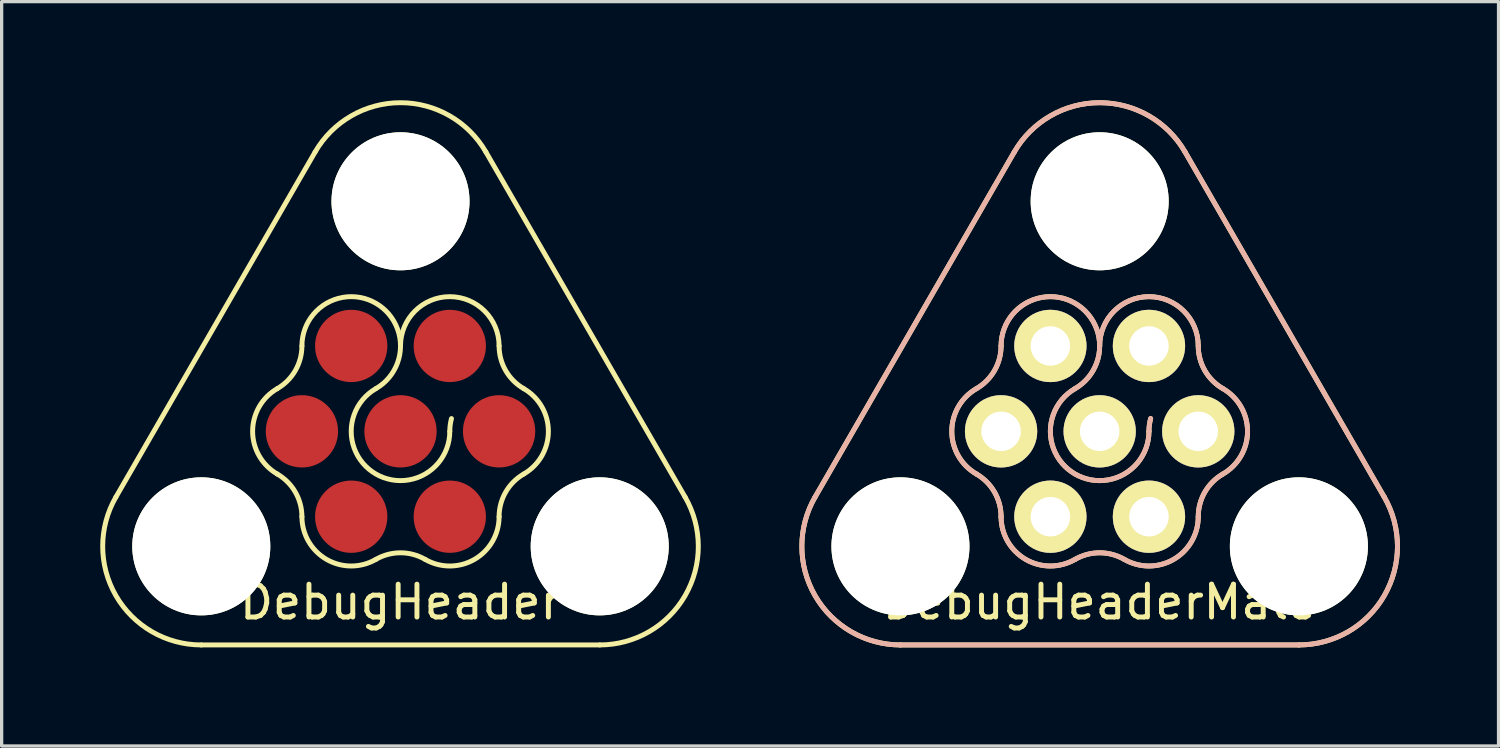
<source format=kicad_pcb>
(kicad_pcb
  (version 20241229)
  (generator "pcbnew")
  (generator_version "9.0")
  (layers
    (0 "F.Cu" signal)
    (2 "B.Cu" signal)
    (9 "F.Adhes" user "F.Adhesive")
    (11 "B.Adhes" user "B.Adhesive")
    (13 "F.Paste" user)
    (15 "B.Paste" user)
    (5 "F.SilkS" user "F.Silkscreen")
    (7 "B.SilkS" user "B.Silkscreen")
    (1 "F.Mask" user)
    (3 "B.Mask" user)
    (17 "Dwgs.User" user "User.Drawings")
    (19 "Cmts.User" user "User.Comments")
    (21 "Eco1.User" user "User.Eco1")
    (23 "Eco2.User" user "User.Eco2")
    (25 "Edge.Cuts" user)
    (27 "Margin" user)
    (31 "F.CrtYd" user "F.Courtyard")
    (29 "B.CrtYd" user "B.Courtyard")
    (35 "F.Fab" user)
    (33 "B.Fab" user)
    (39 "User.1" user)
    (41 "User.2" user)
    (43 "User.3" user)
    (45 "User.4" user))
  (footprint "DebugHeader"
    (layer "F.Cu")
    (at 9.137 10.075)
    (property "Reference" "DebugHeader" (at 0 5.196 0) (layer "F.SilkS") (effects (font (size 1 1) (thickness 0.15))))
    (attr through_hole)
    (fp_line (start -8.66 2) (end -2.598 -8.5) (stroke (width 0.15) (type solid)) (layer "F.SilkS"))
    (fp_line (start 2.598 -8.5) (end 8.66 2) (stroke (width 0.15) (type solid)) (layer "F.SilkS"))
    (fp_line (start 6.062 6.5) (end -6.062 6.5) (stroke (width 0.15) (type solid)) (layer "F.SilkS"))
    (fp_arc (start -6.062178 6.5) (mid -8.660254 5) (end -8.660254 2) (stroke (width 0.15) (type solid)) (layer "F.SilkS"))
    (fp_arc (start -3.75 1.299038) (mid -4.5 0) (end -3.75 -1.299038) (stroke (width 0.15) (type solid)) (layer "F.SilkS"))
    (fp_arc (start -3.75 1.299038) (mid -3.200962 1.848076) (end -3 2.598076) (stroke (width 0.15) (type solid)) (layer "F.SilkS"))
    (fp_arc (start -3 -2.598076) (mid -3.200962 -1.848076) (end -3.75 -1.299038) (stroke (width 0.15) (type solid)) (layer "F.SilkS"))
    (fp_arc (start -3 -2.598076) (mid -0.75 -3.897114) (end -0.75 -1.299038) (stroke (width 0.15) (type solid)) (layer "F.SilkS"))
    (fp_arc (start -2.598076 -8.5) (mid 0 -10) (end 2.598076 -8.5) (stroke (width 0.15) (type solid)) (layer "F.SilkS"))
    (fp_arc (start -0.75 3.897114) (mid -2.25 3.897114) (end -3 2.598076) (stroke (width 0.15) (type solid)) (layer "F.SilkS"))
    (fp_arc (start -0.75 3.897114) (mid 0 3.696152) (end 0.75 3.897114) (stroke (width 0.15) (type solid)) (layer "F.SilkS"))
    (fp_arc (start 0 -2.598076) (mid 1.5 -4.098076) (end 3 -2.598076) (stroke (width 0.15) (type solid)) (layer "F.SilkS"))
    (fp_arc (start 1.5 0) (mid -0.75 1.299038) (end -0.75 -1.299038) (stroke (width 0.15) (type solid)) (layer "F.SilkS"))
    (fp_arc (start 1.5 0) (mid 1.512833 -0.195789) (end 1.551111 -0.388229) (stroke (width 0.15) (type solid)) (layer "F.SilkS"))
    (fp_arc (start 3 2.598076) (mid 2.25 3.897114) (end 0.75 3.897114) (stroke (width 0.15) (type solid)) (layer "F.SilkS"))
    (fp_arc (start 3 2.598076) (mid 3.200962 1.848076) (end 3.75 1.299038) (stroke (width 0.15) (type solid)) (layer "F.SilkS"))
    (fp_arc (start 3.75 -1.299038) (mid 3.200962 -1.848076) (end 3 -2.598076) (stroke (width 0.15) (type solid)) (layer "F.SilkS"))
    (fp_arc (start 3.75 -1.299038) (mid 4.5 0) (end 3.75 1.299038) (stroke (width 0.15) (type solid)) (layer "F.SilkS"))
    (fp_arc (start 8.660254 2) (mid 8.660254 5) (end 6.062178 6.5) (stroke (width 0.15) (type solid)) (layer "F.SilkS"))
    (pad "" np_thru_hole circle (at -6.062 3.5) (size 4.2 4.2) (drill 4.2) (layers "*.Cu" "*.Mask" "F.SilkS"))
    (pad "" np_thru_hole circle (at 0 -7) (size 4.2 4.2) (drill 4.2) (layers "*.Cu" "*.Mask" "F.SilkS"))
    (pad "" np_thru_hole circle (at 6.062 3.5) (size 4.2 4.2) (drill 4.2) (layers "*.Cu" "*.Mask" "F.SilkS"))
    (pad "1" smd circle (at 0 0) (size 2.2 2.2) (layers "F.Cu" "F.Mask" "F.Paste"))
    (pad "2" smd circle (at 1.5 -2.598) (size 2.2 2.2) (layers "F.Cu" "F.Mask" "F.Paste"))
    (pad "3" smd circle (at 3 0) (size 2.2 2.2) (layers "F.Cu" "F.Mask" "F.Paste"))
    (pad "4" smd circle (at 1.5 2.598) (size 2.2 2.2) (layers "F.Cu" "F.Mask" "F.Paste"))
    (pad "5" smd circle (at -1.5 2.598) (size 2.2 2.2) (layers "F.Cu" "F.Mask" "F.Paste"))
    (pad "6" smd circle (at -3 0) (size 2.2 2.2) (layers "F.Cu" "F.Mask" "F.Paste"))
    (pad "7" smd circle (at -1.5 -2.598) (size 2.2 2.2) (layers "F.Cu" "F.Mask" "F.Paste")))
  (footprint "DebugHeaderMale"
    (layer "F.Cu")
    (at 30.412 10.075)
    (property "Reference" "DebugHeaderMale" (at 0 5.196 0) (layer "F.SilkS") (effects (font (size 1 1) (thickness 0.15))))
    (attr through_hole)
    (fp_line (start -8.66 2) (end -2.598 -8.5) (stroke (width 0.15) (type solid)) (layer "F.SilkS"))
    (fp_line (start 2.598 -8.5) (end 8.66 2) (stroke (width 0.15) (type solid)) (layer "F.SilkS"))
    (fp_line (start 6.062 6.5) (end -6.062 6.5) (stroke (width 0.15) (type solid)) (layer "F.SilkS"))
    (fp_arc (start -6.062178 6.5) (mid -8.660254 5) (end -8.660254 2) (stroke (width 0.15) (type solid)) (layer "F.SilkS"))
    (fp_arc (start -3.75 1.299038) (mid -4.5 0) (end -3.75 -1.299038) (stroke (width 0.15) (type solid)) (layer "F.SilkS"))
    (fp_arc (start -3.75 1.299038) (mid -3.200962 1.848076) (end -3 2.598076) (stroke (width 0.15) (type solid)) (layer "F.SilkS"))
    (fp_arc (start -3 -2.598076) (mid -3.200962 -1.848076) (end -3.75 -1.299038) (stroke (width 0.15) (type solid)) (layer "F.SilkS"))
    (fp_arc (start -3 -2.598076) (mid -0.75 -3.897114) (end -0.75 -1.299038) (stroke (width 0.15) (type solid)) (layer "F.SilkS"))
    (fp_arc (start -2.598076 -8.5) (mid 0 -10) (end 2.598076 -8.5) (stroke (width 0.15) (type solid)) (layer "F.SilkS"))
    (fp_arc (start -0.75 3.897114) (mid -2.25 3.897114) (end -3 2.598076) (stroke (width 0.15) (type solid)) (layer "F.SilkS"))
    (fp_arc (start -0.75 3.897114) (mid 0 3.696152) (end 0.75 3.897114) (stroke (width 0.15) (type solid)) (layer "F.SilkS"))
    (fp_arc (start 0 -2.598076) (mid 1.5 -4.098076) (end 3 -2.598076) (stroke (width 0.15) (type solid)) (layer "F.SilkS"))
    (fp_arc (start 1.5 0) (mid -0.75 1.299038) (end -0.75 -1.299038) (stroke (width 0.15) (type solid)) (layer "F.SilkS"))
    (fp_arc (start 1.5 0) (mid 1.512833 -0.195789) (end 1.551111 -0.388229) (stroke (width 0.15) (type solid)) (layer "F.SilkS"))
    (fp_arc (start 3 2.598076) (mid 2.25 3.897114) (end 0.75 3.897114) (stroke (width 0.15) (type solid)) (layer "F.SilkS"))
    (fp_arc (start 3 2.598076) (mid 3.200962 1.848076) (end 3.75 1.299038) (stroke (width 0.15) (type solid)) (layer "F.SilkS"))
    (fp_arc (start 3.75 -1.299038) (mid 3.200962 -1.848076) (end 3 -2.598076) (stroke (width 0.15) (type solid)) (layer "F.SilkS"))
    (fp_arc (start 3.75 -1.299038) (mid 4.5 0) (end 3.75 1.299038) (stroke (width 0.15) (type solid)) (layer "F.SilkS"))
    (fp_arc (start 8.660254 2) (mid 8.660254 5) (end 6.062178 6.5) (stroke (width 0.15) (type solid)) (layer "F.SilkS"))
    (fp_line (start -8.66 2) (end -2.598 -8.5) (stroke (width 0.15) (type solid)) (layer "B.SilkS"))
    (fp_line (start 2.598 -8.5) (end 8.66 2) (stroke (width 0.15) (type solid)) (layer "B.SilkS"))
    (fp_line (start 6.062 6.5) (end -6.062 6.5) (stroke (width 0.15) (type solid)) (layer "B.SilkS"))
    (fp_arc (start -6.062178 6.5) (mid -8.660254 5) (end -8.660254 2) (stroke (width 0.15) (type solid)) (layer "B.SilkS"))
    (fp_arc (start -3.75 1.299038) (mid -4.5 0) (end -3.75 -1.299038) (stroke (width 0.15) (type solid)) (layer "B.SilkS"))
    (fp_arc (start -3.75 1.299038) (mid -3.200962 1.848076) (end -3 2.598076) (stroke (width 0.15) (type solid)) (layer "B.SilkS"))
    (fp_arc (start -3 -2.598076) (mid -3.200962 -1.848076) (end -3.75 -1.299038) (stroke (width 0.15) (type solid)) (layer "B.SilkS"))
    (fp_arc (start -3 -2.598076) (mid -0.75 -3.897114) (end -0.75 -1.299038) (stroke (width 0.15) (type solid)) (layer "B.SilkS"))
    (fp_arc (start -2.598076 -8.5) (mid 0 -10) (end 2.598076 -8.5) (stroke (width 0.15) (type solid)) (layer "B.SilkS"))
    (fp_arc (start -0.75 3.897114) (mid -2.25 3.897114) (end -3 2.598076) (stroke (width 0.15) (type solid)) (layer "B.SilkS"))
    (fp_arc (start -0.75 3.897114) (mid 0 3.696152) (end 0.75 3.897114) (stroke (width 0.15) (type solid)) (layer "B.SilkS"))
    (fp_arc (start 0 -2.598076) (mid 1.5 -4.098076) (end 3 -2.598076) (stroke (width 0.15) (type solid)) (layer "B.SilkS"))
    (fp_arc (start 1.5 0) (mid -0.75 1.299038) (end -0.75 -1.299038) (stroke (width 0.15) (type solid)) (layer "B.SilkS"))
    (fp_arc (start 1.5 0) (mid 1.512833 -0.195789) (end 1.551111 -0.388229) (stroke (width 0.15) (type solid)) (layer "B.SilkS"))
    (fp_arc (start 3 2.598076) (mid 2.25 3.897114) (end 0.75 3.897114) (stroke (width 0.15) (type solid)) (layer "B.SilkS"))
    (fp_arc (start 3 2.598076) (mid 3.200962 1.848076) (end 3.75 1.299038) (stroke (width 0.15) (type solid)) (layer "B.SilkS"))
    (fp_arc (start 3.75 -1.299038) (mid 3.200962 -1.848076) (end 3 -2.598076) (stroke (width 0.15) (type solid)) (layer "B.SilkS"))
    (fp_arc (start 3.75 -1.299038) (mid 4.5 0) (end 3.75 1.299038) (stroke (width 0.15) (type solid)) (layer "B.SilkS"))
    (fp_arc (start 8.660254 2) (mid 8.660254 5) (end 6.062178 6.5) (stroke (width 0.15) (type solid)) (layer "B.SilkS"))
    (pad "" np_thru_hole circle (at -6.062 3.5) (size 4.2 4.2) (drill 4.2) (layers "*.Cu" "*.Mask" "F.SilkS"))
    (pad "" np_thru_hole circle (at 0 -7) (size 4.2 4.2) (drill 4.2) (layers "*.Cu" "*.Mask" "F.SilkS"))
    (pad "" np_thru_hole circle (at 6.062 3.5) (size 4.2 4.2) (drill 4.2) (layers "*.Cu" "*.Mask" "F.SilkS"))
    (pad "1" thru_hole circle (at 0 0) (size 2.2 2.2) (drill 1.2) (layers "*.Cu" "*.Mask" "F.SilkS"))
    (pad "2" thru_hole circle (at 1.5 -2.598) (size 2.2 2.2) (drill 1.2) (layers "*.Cu" "*.Mask" "F.SilkS"))
    (pad "3" thru_hole circle (at 3 0) (size 2.2 2.2) (drill 1.2) (layers "*.Cu" "*.Mask" "F.SilkS"))
    (pad "4" thru_hole circle (at 1.5 2.598) (size 2.2 2.2) (drill 1.2) (layers "*.Cu" "*.Mask" "F.SilkS"))
    (pad "5" thru_hole circle (at -1.5 2.598) (size 2.2 2.2) (drill 1.2) (layers "*.Cu" "*.Mask" "F.SilkS"))
    (pad "6" thru_hole circle (at -3 0) (size 2.2 2.2) (drill 1.2) (layers "*.Cu" "*.Mask" "F.SilkS"))
    (pad "7" thru_hole circle (at -1.5 -2.598) (size 2.2 2.2) (drill 1.2) (layers "*.Cu" "*.Mask" "F.SilkS")))
  (gr_rect
    (start -3 -3)
    (end 42.549 19.65)
    (stroke (width 0.1) (type default))
    (fill no)
    (layer "Edge.Cuts")))
</source>
